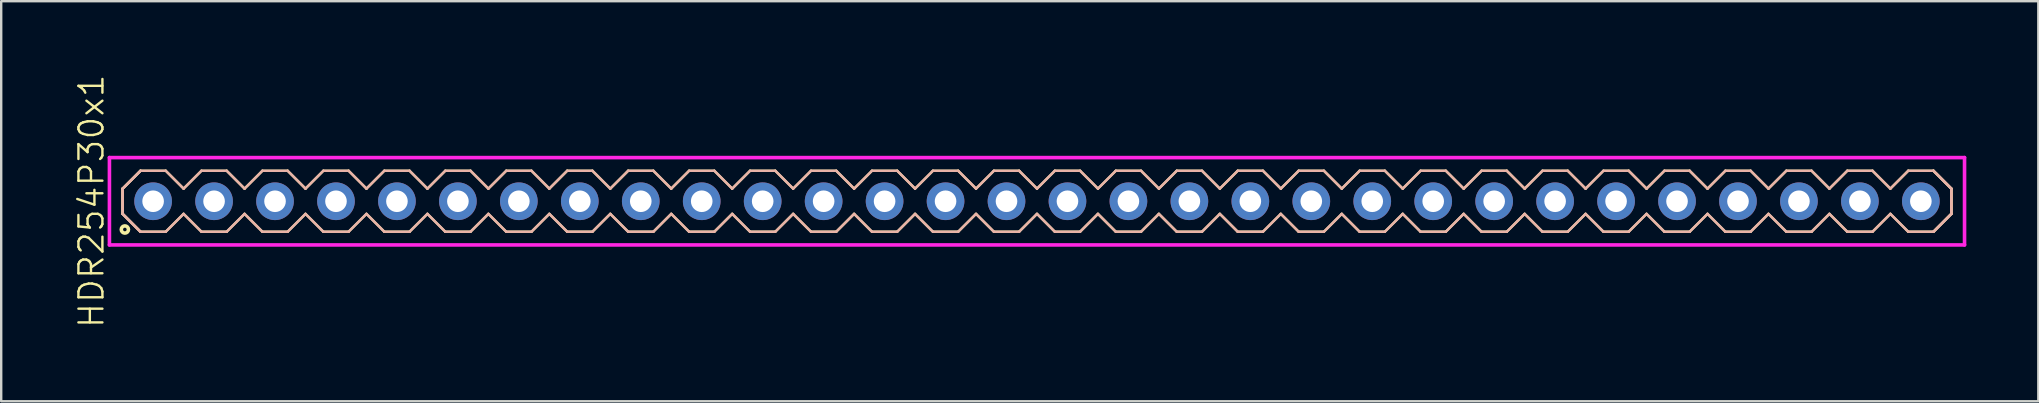
<source format=kicad_pcb>
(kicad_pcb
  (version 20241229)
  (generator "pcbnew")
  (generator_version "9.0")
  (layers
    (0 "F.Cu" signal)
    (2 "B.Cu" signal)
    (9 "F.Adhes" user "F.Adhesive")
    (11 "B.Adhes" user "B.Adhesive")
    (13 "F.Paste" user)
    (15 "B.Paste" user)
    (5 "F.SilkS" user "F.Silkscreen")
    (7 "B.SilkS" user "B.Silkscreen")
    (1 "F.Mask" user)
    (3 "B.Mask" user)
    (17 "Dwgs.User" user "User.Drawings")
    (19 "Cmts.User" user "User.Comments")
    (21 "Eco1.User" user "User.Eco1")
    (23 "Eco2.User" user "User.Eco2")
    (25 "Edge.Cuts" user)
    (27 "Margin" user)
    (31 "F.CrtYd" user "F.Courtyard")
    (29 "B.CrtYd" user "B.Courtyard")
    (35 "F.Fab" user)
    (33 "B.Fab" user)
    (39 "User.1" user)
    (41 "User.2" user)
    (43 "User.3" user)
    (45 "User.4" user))
  (footprint "HDR254P30x1"
    (layer "F.Cu")
    (at 40.16 5.336)
    (property "Reference" "HDR254P30x1" (at -39.4 0 90) (layer "F.SilkS") (effects (font (size 1 1) (thickness 0.1))))
    (attr through_hole)
    (fp_line (start -38.1 -0.526) (end -37.356 -1.27) (stroke (width 0.1) (type solid)) (layer "F.SilkS"))
    (fp_line (start -38.1 -0.526) (end -37.356 -1.27) (stroke (width 0.1) (type solid)) (layer "F.SilkS"))
    (fp_line (start -38.1 0.526) (end -38.1 -0.526) (stroke (width 0.1) (type solid)) (layer "F.SilkS"))
    (fp_line (start -38.1 0.526) (end -38.1 -0.526) (stroke (width 0.1) (type solid)) (layer "F.SilkS"))
    (fp_line (start -37.356 -1.27) (end -36.304 -1.27) (stroke (width 0.1) (type solid)) (layer "F.SilkS"))
    (fp_line (start -37.356 1.27) (end -38.1 0.526) (stroke (width 0.1) (type solid)) (layer "F.SilkS"))
    (fp_line (start -37.356 1.27) (end -38.1 0.526) (stroke (width 0.1) (type solid)) (layer "F.SilkS"))
    (fp_line (start -36.304 -1.27) (end -35.56 -0.526) (stroke (width 0.1) (type solid)) (layer "F.SilkS"))
    (fp_line (start -36.304 1.27) (end -37.356 1.27) (stroke (width 0.1) (type solid)) (layer "F.SilkS"))
    (fp_line (start -35.56 -0.526) (end -34.816 -1.27) (stroke (width 0.1) (type solid)) (layer "F.SilkS"))
    (fp_line (start -35.56 0.526) (end -36.304 1.27) (stroke (width 0.1) (type solid)) (layer "F.SilkS"))
    (fp_line (start -34.816 -1.27) (end -33.764 -1.27) (stroke (width 0.1) (type solid)) (layer "F.SilkS"))
    (fp_line (start -34.816 1.27) (end -35.56 0.526) (stroke (width 0.1) (type solid)) (layer "F.SilkS"))
    (fp_line (start -33.764 -1.27) (end -33.02 -0.526) (stroke (width 0.1) (type solid)) (layer "F.SilkS"))
    (fp_line (start -33.764 1.27) (end -34.816 1.27) (stroke (width 0.1) (type solid)) (layer "F.SilkS"))
    (fp_line (start -33.02 -0.526) (end -32.276 -1.27) (stroke (width 0.1) (type solid)) (layer "F.SilkS"))
    (fp_line (start -33.02 0.526) (end -33.764 1.27) (stroke (width 0.1) (type solid)) (layer "F.SilkS"))
    (fp_line (start -32.276 -1.27) (end -31.224 -1.27) (stroke (width 0.1) (type solid)) (layer "F.SilkS"))
    (fp_line (start -32.276 1.27) (end -33.02 0.526) (stroke (width 0.1) (type solid)) (layer "F.SilkS"))
    (fp_line (start -31.224 -1.27) (end -30.48 -0.526) (stroke (width 0.1) (type solid)) (layer "F.SilkS"))
    (fp_line (start -31.224 1.27) (end -32.276 1.27) (stroke (width 0.1) (type solid)) (layer "F.SilkS"))
    (fp_line (start -30.48 -0.526) (end -29.736 -1.27) (stroke (width 0.1) (type solid)) (layer "F.SilkS"))
    (fp_line (start -30.48 0.526) (end -31.224 1.27) (stroke (width 0.1) (type solid)) (layer "F.SilkS"))
    (fp_line (start -29.736 -1.27) (end -28.684 -1.27) (stroke (width 0.1) (type solid)) (layer "F.SilkS"))
    (fp_line (start -29.736 1.27) (end -30.48 0.526) (stroke (width 0.1) (type solid)) (layer "F.SilkS"))
    (fp_line (start -28.684 -1.27) (end -27.94 -0.526) (stroke (width 0.1) (type solid)) (layer "F.SilkS"))
    (fp_line (start -28.684 1.27) (end -29.736 1.27) (stroke (width 0.1) (type solid)) (layer "F.SilkS"))
    (fp_line (start -27.94 -0.526) (end -27.196 -1.27) (stroke (width 0.1) (type solid)) (layer "F.SilkS"))
    (fp_line (start -27.94 0.526) (end -28.684 1.27) (stroke (width 0.1) (type solid)) (layer "F.SilkS"))
    (fp_line (start -27.196 -1.27) (end -26.144 -1.27) (stroke (width 0.1) (type solid)) (layer "F.SilkS"))
    (fp_line (start -27.196 1.27) (end -27.94 0.526) (stroke (width 0.1) (type solid)) (layer "F.SilkS"))
    (fp_line (start -26.144 -1.27) (end -25.4 -0.526) (stroke (width 0.1) (type solid)) (layer "F.SilkS"))
    (fp_line (start -26.144 1.27) (end -27.196 1.27) (stroke (width 0.1) (type solid)) (layer "F.SilkS"))
    (fp_line (start -25.4 -0.526) (end -24.656 -1.27) (stroke (width 0.1) (type solid)) (layer "F.SilkS"))
    (fp_line (start -25.4 0.526) (end -26.144 1.27) (stroke (width 0.1) (type solid)) (layer "F.SilkS"))
    (fp_line (start -24.656 -1.27) (end -23.604 -1.27) (stroke (width 0.1) (type solid)) (layer "F.SilkS"))
    (fp_line (start -24.656 1.27) (end -25.4 0.526) (stroke (width 0.1) (type solid)) (layer "F.SilkS"))
    (fp_line (start -23.604 -1.27) (end -22.86 -0.526) (stroke (width 0.1) (type solid)) (layer "F.SilkS"))
    (fp_line (start -23.604 1.27) (end -24.656 1.27) (stroke (width 0.1) (type solid)) (layer "F.SilkS"))
    (fp_line (start -22.86 -0.526) (end -22.116 -1.27) (stroke (width 0.1) (type solid)) (layer "F.SilkS"))
    (fp_line (start -22.86 0.526) (end -23.604 1.27) (stroke (width 0.1) (type solid)) (layer "F.SilkS"))
    (fp_line (start -22.116 -1.27) (end -21.064 -1.27) (stroke (width 0.1) (type solid)) (layer "F.SilkS"))
    (fp_line (start -22.116 1.27) (end -22.86 0.526) (stroke (width 0.1) (type solid)) (layer "F.SilkS"))
    (fp_line (start -21.064 -1.27) (end -20.32 -0.526) (stroke (width 0.1) (type solid)) (layer "F.SilkS"))
    (fp_line (start -21.064 1.27) (end -22.116 1.27) (stroke (width 0.1) (type solid)) (layer "F.SilkS"))
    (fp_line (start -20.32 -0.526) (end -19.576 -1.27) (stroke (width 0.1) (type solid)) (layer "F.SilkS"))
    (fp_line (start -20.32 0.526) (end -21.064 1.27) (stroke (width 0.1) (type solid)) (layer "F.SilkS"))
    (fp_line (start -19.576 -1.27) (end -18.524 -1.27) (stroke (width 0.1) (type solid)) (layer "F.SilkS"))
    (fp_line (start -19.576 1.27) (end -20.32 0.526) (stroke (width 0.1) (type solid)) (layer "F.SilkS"))
    (fp_line (start -18.524 -1.27) (end -17.78 -0.526) (stroke (width 0.1) (type solid)) (layer "F.SilkS"))
    (fp_line (start -18.524 1.27) (end -19.576 1.27) (stroke (width 0.1) (type solid)) (layer "F.SilkS"))
    (fp_line (start -17.78 -0.526) (end -17.036 -1.27) (stroke (width 0.1) (type solid)) (layer "F.SilkS"))
    (fp_line (start -17.78 0.526) (end -18.524 1.27) (stroke (width 0.1) (type solid)) (layer "F.SilkS"))
    (fp_line (start -17.036 -1.27) (end -15.984 -1.27) (stroke (width 0.1) (type solid)) (layer "F.SilkS"))
    (fp_line (start -17.036 1.27) (end -17.78 0.526) (stroke (width 0.1) (type solid)) (layer "F.SilkS"))
    (fp_line (start -15.984 -1.27) (end -15.24 -0.526) (stroke (width 0.1) (type solid)) (layer "F.SilkS"))
    (fp_line (start -15.984 1.27) (end -17.036 1.27) (stroke (width 0.1) (type solid)) (layer "F.SilkS"))
    (fp_line (start -15.24 -0.526) (end -14.496 -1.27) (stroke (width 0.1) (type solid)) (layer "F.SilkS"))
    (fp_line (start -15.24 0.526) (end -15.984 1.27) (stroke (width 0.1) (type solid)) (layer "F.SilkS"))
    (fp_line (start -14.496 -1.27) (end -13.444 -1.27) (stroke (width 0.1) (type solid)) (layer "F.SilkS"))
    (fp_line (start -14.496 1.27) (end -15.24 0.526) (stroke (width 0.1) (type solid)) (layer "F.SilkS"))
    (fp_line (start -13.444 -1.27) (end -12.7 -0.526) (stroke (width 0.1) (type solid)) (layer "F.SilkS"))
    (fp_line (start -13.444 1.27) (end -14.496 1.27) (stroke (width 0.1) (type solid)) (layer "F.SilkS"))
    (fp_line (start -12.7 -0.526) (end -11.956 -1.27) (stroke (width 0.1) (type solid)) (layer "F.SilkS"))
    (fp_line (start -12.7 0.526) (end -13.444 1.27) (stroke (width 0.1) (type solid)) (layer "F.SilkS"))
    (fp_line (start -11.956 -1.27) (end -10.904 -1.27) (stroke (width 0.1) (type solid)) (layer "F.SilkS"))
    (fp_line (start -11.956 1.27) (end -12.7 0.526) (stroke (width 0.1) (type solid)) (layer "F.SilkS"))
    (fp_line (start -10.904 -1.27) (end -10.16 -0.526) (stroke (width 0.1) (type solid)) (layer "F.SilkS"))
    (fp_line (start -10.904 1.27) (end -11.956 1.27) (stroke (width 0.1) (type solid)) (layer "F.SilkS"))
    (fp_line (start -10.16 -0.526) (end -9.416 -1.27) (stroke (width 0.1) (type solid)) (layer "F.SilkS"))
    (fp_line (start -10.16 0.526) (end -10.904 1.27) (stroke (width 0.1) (type solid)) (layer "F.SilkS"))
    (fp_line (start -9.416 -1.27) (end -8.364 -1.27) (stroke (width 0.1) (type solid)) (layer "F.SilkS"))
    (fp_line (start -9.416 1.27) (end -10.16 0.526) (stroke (width 0.1) (type solid)) (layer "F.SilkS"))
    (fp_line (start -8.364 -1.27) (end -7.62 -0.526) (stroke (width 0.1) (type solid)) (layer "F.SilkS"))
    (fp_line (start -8.364 1.27) (end -9.416 1.27) (stroke (width 0.1) (type solid)) (layer "F.SilkS"))
    (fp_line (start -7.62 -0.526) (end -6.876 -1.27) (stroke (width 0.1) (type solid)) (layer "F.SilkS"))
    (fp_line (start -7.62 0.526) (end -8.364 1.27) (stroke (width 0.1) (type solid)) (layer "F.SilkS"))
    (fp_line (start -6.876 -1.27) (end -5.824 -1.27) (stroke (width 0.1) (type solid)) (layer "F.SilkS"))
    (fp_line (start -6.876 1.27) (end -7.62 0.526) (stroke (width 0.1) (type solid)) (layer "F.SilkS"))
    (fp_line (start -5.824 -1.27) (end -5.08 -0.526) (stroke (width 0.1) (type solid)) (layer "F.SilkS"))
    (fp_line (start -5.824 1.27) (end -6.876 1.27) (stroke (width 0.1) (type solid)) (layer "F.SilkS"))
    (fp_line (start -5.08 -0.526) (end -4.336 -1.27) (stroke (width 0.1) (type solid)) (layer "F.SilkS"))
    (fp_line (start -5.08 0.526) (end -5.824 1.27) (stroke (width 0.1) (type solid)) (layer "F.SilkS"))
    (fp_line (start -4.336 -1.27) (end -3.284 -1.27) (stroke (width 0.1) (type solid)) (layer "F.SilkS"))
    (fp_line (start -4.336 1.27) (end -5.08 0.526) (stroke (width 0.1) (type solid)) (layer "F.SilkS"))
    (fp_line (start -3.284 -1.27) (end -2.54 -0.526) (stroke (width 0.1) (type solid)) (layer "F.SilkS"))
    (fp_line (start -3.284 1.27) (end -4.336 1.27) (stroke (width 0.1) (type solid)) (layer "F.SilkS"))
    (fp_line (start -2.54 -0.526) (end -1.796 -1.27) (stroke (width 0.1) (type solid)) (layer "F.SilkS"))
    (fp_line (start -2.54 0.526) (end -3.284 1.27) (stroke (width 0.1) (type solid)) (layer "F.SilkS"))
    (fp_line (start -1.796 -1.27) (end -0.744 -1.27) (stroke (width 0.1) (type solid)) (layer "F.SilkS"))
    (fp_line (start -1.796 1.27) (end -2.54 0.526) (stroke (width 0.1) (type solid)) (layer "F.SilkS"))
    (fp_line (start -0.744 -1.27) (end 0 -0.526) (stroke (width 0.1) (type solid)) (layer "F.SilkS"))
    (fp_line (start -0.744 1.27) (end -1.796 1.27) (stroke (width 0.1) (type solid)) (layer "F.SilkS"))
    (fp_line (start 0 -0.526) (end 0.744 -1.27) (stroke (width 0.1) (type solid)) (layer "F.SilkS"))
    (fp_line (start 0 0.526) (end -0.744 1.27) (stroke (width 0.1) (type solid)) (layer "F.SilkS"))
    (fp_line (start 0.744 -1.27) (end 1.796 -1.27) (stroke (width 0.1) (type solid)) (layer "F.SilkS"))
    (fp_line (start 0.744 1.27) (end 0 0.526) (stroke (width 0.1) (type solid)) (layer "F.SilkS"))
    (fp_line (start 1.796 -1.27) (end 2.54 -0.526) (stroke (width 0.1) (type solid)) (layer "F.SilkS"))
    (fp_line (start 1.796 1.27) (end 0.744 1.27) (stroke (width 0.1) (type solid)) (layer "F.SilkS"))
    (fp_line (start 2.54 -0.526) (end 3.284 -1.27) (stroke (width 0.1) (type solid)) (layer "F.SilkS"))
    (fp_line (start 2.54 0.526) (end 1.796 1.27) (stroke (width 0.1) (type solid)) (layer "F.SilkS"))
    (fp_line (start 3.284 -1.27) (end 4.336 -1.27) (stroke (width 0.1) (type solid)) (layer "F.SilkS"))
    (fp_line (start 3.284 1.27) (end 2.54 0.526) (stroke (width 0.1) (type solid)) (layer "F.SilkS"))
    (fp_line (start 4.336 -1.27) (end 5.08 -0.526) (stroke (width 0.1) (type solid)) (layer "F.SilkS"))
    (fp_line (start 4.336 1.27) (end 3.284 1.27) (stroke (width 0.1) (type solid)) (layer "F.SilkS"))
    (fp_line (start 5.08 -0.526) (end 5.824 -1.27) (stroke (width 0.1) (type solid)) (layer "F.SilkS"))
    (fp_line (start 5.08 0.526) (end 4.336 1.27) (stroke (width 0.1) (type solid)) (layer "F.SilkS"))
    (fp_line (start 5.824 -1.27) (end 6.876 -1.27) (stroke (width 0.1) (type solid)) (layer "F.SilkS"))
    (fp_line (start 5.824 1.27) (end 5.08 0.526) (stroke (width 0.1) (type solid)) (layer "F.SilkS"))
    (fp_line (start 6.876 -1.27) (end 7.62 -0.526) (stroke (width 0.1) (type solid)) (layer "F.SilkS"))
    (fp_line (start 6.876 1.27) (end 5.824 1.27) (stroke (width 0.1) (type solid)) (layer "F.SilkS"))
    (fp_line (start 7.62 -0.526) (end 8.364 -1.27) (stroke (width 0.1) (type solid)) (layer "F.SilkS"))
    (fp_line (start 7.62 0.526) (end 6.876 1.27) (stroke (width 0.1) (type solid)) (layer "F.SilkS"))
    (fp_line (start 8.364 -1.27) (end 9.416 -1.27) (stroke (width 0.1) (type solid)) (layer "F.SilkS"))
    (fp_line (start 8.364 1.27) (end 7.62 0.526) (stroke (width 0.1) (type solid)) (layer "F.SilkS"))
    (fp_line (start 9.416 -1.27) (end 10.16 -0.526) (stroke (width 0.1) (type solid)) (layer "F.SilkS"))
    (fp_line (start 9.416 1.27) (end 8.364 1.27) (stroke (width 0.1) (type solid)) (layer "F.SilkS"))
    (fp_line (start 10.16 -0.526) (end 10.904 -1.27) (stroke (width 0.1) (type solid)) (layer "F.SilkS"))
    (fp_line (start 10.16 0.526) (end 9.416 1.27) (stroke (width 0.1) (type solid)) (layer "F.SilkS"))
    (fp_line (start 10.904 -1.27) (end 11.956 -1.27) (stroke (width 0.1) (type solid)) (layer "F.SilkS"))
    (fp_line (start 10.904 1.27) (end 10.16 0.526) (stroke (width 0.1) (type solid)) (layer "F.SilkS"))
    (fp_line (start 11.956 -1.27) (end 12.7 -0.526) (stroke (width 0.1) (type solid)) (layer "F.SilkS"))
    (fp_line (start 11.956 1.27) (end 10.904 1.27) (stroke (width 0.1) (type solid)) (layer "F.SilkS"))
    (fp_line (start 12.7 -0.526) (end 13.444 -1.27) (stroke (width 0.1) (type solid)) (layer "F.SilkS"))
    (fp_line (start 12.7 0.526) (end 11.956 1.27) (stroke (width 0.1) (type solid)) (layer "F.SilkS"))
    (fp_line (start 13.444 -1.27) (end 14.496 -1.27) (stroke (width 0.1) (type solid)) (layer "F.SilkS"))
    (fp_line (start 13.444 1.27) (end 12.7 0.526) (stroke (width 0.1) (type solid)) (layer "F.SilkS"))
    (fp_line (start 14.496 -1.27) (end 15.24 -0.526) (stroke (width 0.1) (type solid)) (layer "F.SilkS"))
    (fp_line (start 14.496 1.27) (end 13.444 1.27) (stroke (width 0.1) (type solid)) (layer "F.SilkS"))
    (fp_line (start 15.24 -0.526) (end 15.984 -1.27) (stroke (width 0.1) (type solid)) (layer "F.SilkS"))
    (fp_line (start 15.24 0.526) (end 14.496 1.27) (stroke (width 0.1) (type solid)) (layer "F.SilkS"))
    (fp_line (start 15.984 -1.27) (end 17.036 -1.27) (stroke (width 0.1) (type solid)) (layer "F.SilkS"))
    (fp_line (start 15.984 1.27) (end 15.24 0.526) (stroke (width 0.1) (type solid)) (layer "F.SilkS"))
    (fp_line (start 17.036 -1.27) (end 17.78 -0.526) (stroke (width 0.1) (type solid)) (layer "F.SilkS"))
    (fp_line (start 17.036 1.27) (end 15.984 1.27) (stroke (width 0.1) (type solid)) (layer "F.SilkS"))
    (fp_line (start 17.78 -0.526) (end 18.524 -1.27) (stroke (width 0.1) (type solid)) (layer "F.SilkS"))
    (fp_line (start 17.78 0.526) (end 17.036 1.27) (stroke (width 0.1) (type solid)) (layer "F.SilkS"))
    (fp_line (start 18.524 -1.27) (end 19.576 -1.27) (stroke (width 0.1) (type solid)) (layer "F.SilkS"))
    (fp_line (start 18.524 1.27) (end 17.78 0.526) (stroke (width 0.1) (type solid)) (layer "F.SilkS"))
    (fp_line (start 19.576 -1.27) (end 20.32 -0.526) (stroke (width 0.1) (type solid)) (layer "F.SilkS"))
    (fp_line (start 19.576 1.27) (end 18.524 1.27) (stroke (width 0.1) (type solid)) (layer "F.SilkS"))
    (fp_line (start 20.32 -0.526) (end 21.064 -1.27) (stroke (width 0.1) (type solid)) (layer "F.SilkS"))
    (fp_line (start 20.32 0.526) (end 19.576 1.27) (stroke (width 0.1) (type solid)) (layer "F.SilkS"))
    (fp_line (start 21.064 -1.27) (end 22.116 -1.27) (stroke (width 0.1) (type solid)) (layer "F.SilkS"))
    (fp_line (start 21.064 1.27) (end 20.32 0.526) (stroke (width 0.1) (type solid)) (layer "F.SilkS"))
    (fp_line (start 22.116 -1.27) (end 22.86 -0.526) (stroke (width 0.1) (type solid)) (layer "F.SilkS"))
    (fp_line (start 22.116 1.27) (end 21.064 1.27) (stroke (width 0.1) (type solid)) (layer "F.SilkS"))
    (fp_line (start 22.86 -0.526) (end 23.604 -1.27) (stroke (width 0.1) (type solid)) (layer "F.SilkS"))
    (fp_line (start 22.86 0.526) (end 22.116 1.27) (stroke (width 0.1) (type solid)) (layer "F.SilkS"))
    (fp_line (start 23.604 -1.27) (end 24.656 -1.27) (stroke (width 0.1) (type solid)) (layer "F.SilkS"))
    (fp_line (start 23.604 1.27) (end 22.86 0.526) (stroke (width 0.1) (type solid)) (layer "F.SilkS"))
    (fp_line (start 24.656 -1.27) (end 25.4 -0.526) (stroke (width 0.1) (type solid)) (layer "F.SilkS"))
    (fp_line (start 24.656 1.27) (end 23.604 1.27) (stroke (width 0.1) (type solid)) (layer "F.SilkS"))
    (fp_line (start 25.4 -0.526) (end 26.144 -1.27) (stroke (width 0.1) (type solid)) (layer "F.SilkS"))
    (fp_line (start 25.4 0.526) (end 24.656 1.27) (stroke (width 0.1) (type solid)) (layer "F.SilkS"))
    (fp_line (start 26.144 -1.27) (end 27.196 -1.27) (stroke (width 0.1) (type solid)) (layer "F.SilkS"))
    (fp_line (start 26.144 1.27) (end 25.4 0.526) (stroke (width 0.1) (type solid)) (layer "F.SilkS"))
    (fp_line (start 27.196 -1.27) (end 27.94 -0.526) (stroke (width 0.1) (type solid)) (layer "F.SilkS"))
    (fp_line (start 27.196 1.27) (end 26.144 1.27) (stroke (width 0.1) (type solid)) (layer "F.SilkS"))
    (fp_line (start 27.94 -0.526) (end 28.684 -1.27) (stroke (width 0.1) (type solid)) (layer "F.SilkS"))
    (fp_line (start 27.94 0.526) (end 27.196 1.27) (stroke (width 0.1) (type solid)) (layer "F.SilkS"))
    (fp_line (start 28.684 -1.27) (end 29.736 -1.27) (stroke (width 0.1) (type solid)) (layer "F.SilkS"))
    (fp_line (start 28.684 1.27) (end 27.94 0.526) (stroke (width 0.1) (type solid)) (layer "F.SilkS"))
    (fp_line (start 29.736 -1.27) (end 30.48 -0.526) (stroke (width 0.1) (type solid)) (layer "F.SilkS"))
    (fp_line (start 29.736 1.27) (end 28.684 1.27) (stroke (width 0.1) (type solid)) (layer "F.SilkS"))
    (fp_line (start 30.48 -0.526) (end 31.224 -1.27) (stroke (width 0.1) (type solid)) (layer "F.SilkS"))
    (fp_line (start 30.48 0.526) (end 29.736 1.27) (stroke (width 0.1) (type solid)) (layer "F.SilkS"))
    (fp_line (start 31.224 -1.27) (end 32.276 -1.27) (stroke (width 0.1) (type solid)) (layer "F.SilkS"))
    (fp_line (start 31.224 1.27) (end 30.48 0.526) (stroke (width 0.1) (type solid)) (layer "F.SilkS"))
    (fp_line (start 32.276 -1.27) (end 33.02 -0.526) (stroke (width 0.1) (type solid)) (layer "F.SilkS"))
    (fp_line (start 32.276 1.27) (end 31.224 1.27) (stroke (width 0.1) (type solid)) (layer "F.SilkS"))
    (fp_line (start 33.02 -0.526) (end 33.764 -1.27) (stroke (width 0.1) (type solid)) (layer "F.SilkS"))
    (fp_line (start 33.02 0.526) (end 32.276 1.27) (stroke (width 0.1) (type solid)) (layer "F.SilkS"))
    (fp_line (start 33.764 -1.27) (end 34.816 -1.27) (stroke (width 0.1) (type solid)) (layer "F.SilkS"))
    (fp_line (start 33.764 1.27) (end 33.02 0.526) (stroke (width 0.1) (type solid)) (layer "F.SilkS"))
    (fp_line (start 34.816 -1.27) (end 35.56 -0.526) (stroke (width 0.1) (type solid)) (layer "F.SilkS"))
    (fp_line (start 34.816 1.27) (end 33.764 1.27) (stroke (width 0.1) (type solid)) (layer "F.SilkS"))
    (fp_line (start 35.56 -0.526) (end 36.304 -1.27) (stroke (width 0.1) (type solid)) (layer "F.SilkS"))
    (fp_line (start 35.56 0.526) (end 34.816 1.27) (stroke (width 0.1) (type solid)) (layer "F.SilkS"))
    (fp_line (start 36.304 -1.27) (end 37.356 -1.27) (stroke (width 0.1) (type solid)) (layer "F.SilkS"))
    (fp_line (start 36.304 1.27) (end 35.56 0.526) (stroke (width 0.1) (type solid)) (layer "F.SilkS"))
    (fp_line (start 37.356 -1.27) (end 38.1 -0.526) (stroke (width 0.1) (type solid)) (layer "F.SilkS"))
    (fp_line (start 37.356 -1.27) (end 38.1 -0.526) (stroke (width 0.1) (type solid)) (layer "F.SilkS"))
    (fp_line (start 37.356 1.27) (end 36.304 1.27) (stroke (width 0.1) (type solid)) (layer "F.SilkS"))
    (fp_line (start 38.1 -0.526) (end 38.1 0.526) (stroke (width 0.1) (type solid)) (layer "F.SilkS"))
    (fp_line (start 38.1 -0.526) (end 38.1 0.526) (stroke (width 0.1) (type solid)) (layer "F.SilkS"))
    (fp_line (start 38.1 0.526) (end 37.356 1.27) (stroke (width 0.1) (type solid)) (layer "F.SilkS"))
    (fp_line (start 38.1 0.526) (end 37.356 1.27) (stroke (width 0.1) (type solid)) (layer "F.SilkS"))
    (fp_circle (center -38.007 1.177) (end -37.857 1.177) (stroke (width 0.15) (type solid)) (fill no) (layer "F.SilkS"))
    (fp_line (start -38.1 -0.526) (end -37.356 -1.27) (stroke (width 0.1) (type solid)) (layer "B.SilkS"))
    (fp_line (start -38.1 -0.526) (end -37.356 -1.27) (stroke (width 0.1) (type solid)) (layer "B.SilkS"))
    (fp_line (start -38.1 0.526) (end -38.1 -0.526) (stroke (width 0.1) (type solid)) (layer "B.SilkS"))
    (fp_line (start -38.1 0.526) (end -38.1 -0.526) (stroke (width 0.1) (type solid)) (layer "B.SilkS"))
    (fp_line (start -37.356 -1.27) (end -36.304 -1.27) (stroke (width 0.1) (type solid)) (layer "B.SilkS"))
    (fp_line (start -37.356 1.27) (end -38.1 0.526) (stroke (width 0.1) (type solid)) (layer "B.SilkS"))
    (fp_line (start -37.356 1.27) (end -38.1 0.526) (stroke (width 0.1) (type solid)) (layer "B.SilkS"))
    (fp_line (start -36.304 -1.27) (end -35.56 -0.526) (stroke (width 0.1) (type solid)) (layer "B.SilkS"))
    (fp_line (start -36.304 1.27) (end -37.356 1.27) (stroke (width 0.1) (type solid)) (layer "B.SilkS"))
    (fp_line (start -35.56 -0.526) (end -34.816 -1.27) (stroke (width 0.1) (type solid)) (layer "B.SilkS"))
    (fp_line (start -35.56 0.526) (end -36.304 1.27) (stroke (width 0.1) (type solid)) (layer "B.SilkS"))
    (fp_line (start -34.816 -1.27) (end -33.764 -1.27) (stroke (width 0.1) (type solid)) (layer "B.SilkS"))
    (fp_line (start -34.816 1.27) (end -35.56 0.526) (stroke (width 0.1) (type solid)) (layer "B.SilkS"))
    (fp_line (start -33.764 -1.27) (end -33.02 -0.526) (stroke (width 0.1) (type solid)) (layer "B.SilkS"))
    (fp_line (start -33.764 1.27) (end -34.816 1.27) (stroke (width 0.1) (type solid)) (layer "B.SilkS"))
    (fp_line (start -33.02 -0.526) (end -32.276 -1.27) (stroke (width 0.1) (type solid)) (layer "B.SilkS"))
    (fp_line (start -33.02 0.526) (end -33.764 1.27) (stroke (width 0.1) (type solid)) (layer "B.SilkS"))
    (fp_line (start -32.276 -1.27) (end -31.224 -1.27) (stroke (width 0.1) (type solid)) (layer "B.SilkS"))
    (fp_line (start -32.276 1.27) (end -33.02 0.526) (stroke (width 0.1) (type solid)) (layer "B.SilkS"))
    (fp_line (start -31.224 -1.27) (end -30.48 -0.526) (stroke (width 0.1) (type solid)) (layer "B.SilkS"))
    (fp_line (start -31.224 1.27) (end -32.276 1.27) (stroke (width 0.1) (type solid)) (layer "B.SilkS"))
    (fp_line (start -30.48 -0.526) (end -29.736 -1.27) (stroke (width 0.1) (type solid)) (layer "B.SilkS"))
    (fp_line (start -30.48 0.526) (end -31.224 1.27) (stroke (width 0.1) (type solid)) (layer "B.SilkS"))
    (fp_line (start -29.736 -1.27) (end -28.684 -1.27) (stroke (width 0.1) (type solid)) (layer "B.SilkS"))
    (fp_line (start -29.736 1.27) (end -30.48 0.526) (stroke (width 0.1) (type solid)) (layer "B.SilkS"))
    (fp_line (start -28.684 -1.27) (end -27.94 -0.526) (stroke (width 0.1) (type solid)) (layer "B.SilkS"))
    (fp_line (start -28.684 1.27) (end -29.736 1.27) (stroke (width 0.1) (type solid)) (layer "B.SilkS"))
    (fp_line (start -27.94 -0.526) (end -27.196 -1.27) (stroke (width 0.1) (type solid)) (layer "B.SilkS"))
    (fp_line (start -27.94 0.526) (end -28.684 1.27) (stroke (width 0.1) (type solid)) (layer "B.SilkS"))
    (fp_line (start -27.196 -1.27) (end -26.144 -1.27) (stroke (width 0.1) (type solid)) (layer "B.SilkS"))
    (fp_line (start -27.196 1.27) (end -27.94 0.526) (stroke (width 0.1) (type solid)) (layer "B.SilkS"))
    (fp_line (start -26.144 -1.27) (end -25.4 -0.526) (stroke (width 0.1) (type solid)) (layer "B.SilkS"))
    (fp_line (start -26.144 1.27) (end -27.196 1.27) (stroke (width 0.1) (type solid)) (layer "B.SilkS"))
    (fp_line (start -25.4 -0.526) (end -24.656 -1.27) (stroke (width 0.1) (type solid)) (layer "B.SilkS"))
    (fp_line (start -25.4 0.526) (end -26.144 1.27) (stroke (width 0.1) (type solid)) (layer "B.SilkS"))
    (fp_line (start -24.656 -1.27) (end -23.604 -1.27) (stroke (width 0.1) (type solid)) (layer "B.SilkS"))
    (fp_line (start -24.656 1.27) (end -25.4 0.526) (stroke (width 0.1) (type solid)) (layer "B.SilkS"))
    (fp_line (start -23.604 -1.27) (end -22.86 -0.526) (stroke (width 0.1) (type solid)) (layer "B.SilkS"))
    (fp_line (start -23.604 1.27) (end -24.656 1.27) (stroke (width 0.1) (type solid)) (layer "B.SilkS"))
    (fp_line (start -22.86 -0.526) (end -22.116 -1.27) (stroke (width 0.1) (type solid)) (layer "B.SilkS"))
    (fp_line (start -22.86 0.526) (end -23.604 1.27) (stroke (width 0.1) (type solid)) (layer "B.SilkS"))
    (fp_line (start -22.116 -1.27) (end -21.064 -1.27) (stroke (width 0.1) (type solid)) (layer "B.SilkS"))
    (fp_line (start -22.116 1.27) (end -22.86 0.526) (stroke (width 0.1) (type solid)) (layer "B.SilkS"))
    (fp_line (start -21.064 -1.27) (end -20.32 -0.526) (stroke (width 0.1) (type solid)) (layer "B.SilkS"))
    (fp_line (start -21.064 1.27) (end -22.116 1.27) (stroke (width 0.1) (type solid)) (layer "B.SilkS"))
    (fp_line (start -20.32 -0.526) (end -19.576 -1.27) (stroke (width 0.1) (type solid)) (layer "B.SilkS"))
    (fp_line (start -20.32 0.526) (end -21.064 1.27) (stroke (width 0.1) (type solid)) (layer "B.SilkS"))
    (fp_line (start -19.576 -1.27) (end -18.524 -1.27) (stroke (width 0.1) (type solid)) (layer "B.SilkS"))
    (fp_line (start -19.576 1.27) (end -20.32 0.526) (stroke (width 0.1) (type solid)) (layer "B.SilkS"))
    (fp_line (start -18.524 -1.27) (end -17.78 -0.526) (stroke (width 0.1) (type solid)) (layer "B.SilkS"))
    (fp_line (start -18.524 1.27) (end -19.576 1.27) (stroke (width 0.1) (type solid)) (layer "B.SilkS"))
    (fp_line (start -17.78 -0.526) (end -17.036 -1.27) (stroke (width 0.1) (type solid)) (layer "B.SilkS"))
    (fp_line (start -17.78 0.526) (end -18.524 1.27) (stroke (width 0.1) (type solid)) (layer "B.SilkS"))
    (fp_line (start -17.036 -1.27) (end -15.984 -1.27) (stroke (width 0.1) (type solid)) (layer "B.SilkS"))
    (fp_line (start -17.036 1.27) (end -17.78 0.526) (stroke (width 0.1) (type solid)) (layer "B.SilkS"))
    (fp_line (start -15.984 -1.27) (end -15.24 -0.526) (stroke (width 0.1) (type solid)) (layer "B.SilkS"))
    (fp_line (start -15.984 1.27) (end -17.036 1.27) (stroke (width 0.1) (type solid)) (layer "B.SilkS"))
    (fp_line (start -15.24 -0.526) (end -14.496 -1.27) (stroke (width 0.1) (type solid)) (layer "B.SilkS"))
    (fp_line (start -15.24 0.526) (end -15.984 1.27) (stroke (width 0.1) (type solid)) (layer "B.SilkS"))
    (fp_line (start -14.496 -1.27) (end -13.444 -1.27) (stroke (width 0.1) (type solid)) (layer "B.SilkS"))
    (fp_line (start -14.496 1.27) (end -15.24 0.526) (stroke (width 0.1) (type solid)) (layer "B.SilkS"))
    (fp_line (start -13.444 -1.27) (end -12.7 -0.526) (stroke (width 0.1) (type solid)) (layer "B.SilkS"))
    (fp_line (start -13.444 1.27) (end -14.496 1.27) (stroke (width 0.1) (type solid)) (layer "B.SilkS"))
    (fp_line (start -12.7 -0.526) (end -11.956 -1.27) (stroke (width 0.1) (type solid)) (layer "B.SilkS"))
    (fp_line (start -12.7 0.526) (end -13.444 1.27) (stroke (width 0.1) (type solid)) (layer "B.SilkS"))
    (fp_line (start -11.956 -1.27) (end -10.904 -1.27) (stroke (width 0.1) (type solid)) (layer "B.SilkS"))
    (fp_line (start -11.956 1.27) (end -12.7 0.526) (stroke (width 0.1) (type solid)) (layer "B.SilkS"))
    (fp_line (start -10.904 -1.27) (end -10.16 -0.526) (stroke (width 0.1) (type solid)) (layer "B.SilkS"))
    (fp_line (start -10.904 1.27) (end -11.956 1.27) (stroke (width 0.1) (type solid)) (layer "B.SilkS"))
    (fp_line (start -10.16 -0.526) (end -9.416 -1.27) (stroke (width 0.1) (type solid)) (layer "B.SilkS"))
    (fp_line (start -10.16 0.526) (end -10.904 1.27) (stroke (width 0.1) (type solid)) (layer "B.SilkS"))
    (fp_line (start -9.416 -1.27) (end -8.364 -1.27) (stroke (width 0.1) (type solid)) (layer "B.SilkS"))
    (fp_line (start -9.416 1.27) (end -10.16 0.526) (stroke (width 0.1) (type solid)) (layer "B.SilkS"))
    (fp_line (start -8.364 -1.27) (end -7.62 -0.526) (stroke (width 0.1) (type solid)) (layer "B.SilkS"))
    (fp_line (start -8.364 1.27) (end -9.416 1.27) (stroke (width 0.1) (type solid)) (layer "B.SilkS"))
    (fp_line (start -7.62 -0.526) (end -6.876 -1.27) (stroke (width 0.1) (type solid)) (layer "B.SilkS"))
    (fp_line (start -7.62 0.526) (end -8.364 1.27) (stroke (width 0.1) (type solid)) (layer "B.SilkS"))
    (fp_line (start -6.876 -1.27) (end -5.824 -1.27) (stroke (width 0.1) (type solid)) (layer "B.SilkS"))
    (fp_line (start -6.876 1.27) (end -7.62 0.526) (stroke (width 0.1) (type solid)) (layer "B.SilkS"))
    (fp_line (start -5.824 -1.27) (end -5.08 -0.526) (stroke (width 0.1) (type solid)) (layer "B.SilkS"))
    (fp_line (start -5.824 1.27) (end -6.876 1.27) (stroke (width 0.1) (type solid)) (layer "B.SilkS"))
    (fp_line (start -5.08 -0.526) (end -4.336 -1.27) (stroke (width 0.1) (type solid)) (layer "B.SilkS"))
    (fp_line (start -5.08 0.526) (end -5.824 1.27) (stroke (width 0.1) (type solid)) (layer "B.SilkS"))
    (fp_line (start -4.336 -1.27) (end -3.284 -1.27) (stroke (width 0.1) (type solid)) (layer "B.SilkS"))
    (fp_line (start -4.336 1.27) (end -5.08 0.526) (stroke (width 0.1) (type solid)) (layer "B.SilkS"))
    (fp_line (start -3.284 -1.27) (end -2.54 -0.526) (stroke (width 0.1) (type solid)) (layer "B.SilkS"))
    (fp_line (start -3.284 1.27) (end -4.336 1.27) (stroke (width 0.1) (type solid)) (layer "B.SilkS"))
    (fp_line (start -2.54 -0.526) (end -1.796 -1.27) (stroke (width 0.1) (type solid)) (layer "B.SilkS"))
    (fp_line (start -2.54 0.526) (end -3.284 1.27) (stroke (width 0.1) (type solid)) (layer "B.SilkS"))
    (fp_line (start -1.796 -1.27) (end -0.744 -1.27) (stroke (width 0.1) (type solid)) (layer "B.SilkS"))
    (fp_line (start -1.796 1.27) (end -2.54 0.526) (stroke (width 0.1) (type solid)) (layer "B.SilkS"))
    (fp_line (start -0.744 -1.27) (end 0 -0.526) (stroke (width 0.1) (type solid)) (layer "B.SilkS"))
    (fp_line (start -0.744 1.27) (end -1.796 1.27) (stroke (width 0.1) (type solid)) (layer "B.SilkS"))
    (fp_line (start 0 -0.526) (end 0.744 -1.27) (stroke (width 0.1) (type solid)) (layer "B.SilkS"))
    (fp_line (start 0 0.526) (end -0.744 1.27) (stroke (width 0.1) (type solid)) (layer "B.SilkS"))
    (fp_line (start 0.744 -1.27) (end 1.796 -1.27) (stroke (width 0.1) (type solid)) (layer "B.SilkS"))
    (fp_line (start 0.744 1.27) (end 0 0.526) (stroke (width 0.1) (type solid)) (layer "B.SilkS"))
    (fp_line (start 1.796 -1.27) (end 2.54 -0.526) (stroke (width 0.1) (type solid)) (layer "B.SilkS"))
    (fp_line (start 1.796 1.27) (end 0.744 1.27) (stroke (width 0.1) (type solid)) (layer "B.SilkS"))
    (fp_line (start 2.54 -0.526) (end 3.284 -1.27) (stroke (width 0.1) (type solid)) (layer "B.SilkS"))
    (fp_line (start 2.54 0.526) (end 1.796 1.27) (stroke (width 0.1) (type solid)) (layer "B.SilkS"))
    (fp_line (start 3.284 -1.27) (end 4.336 -1.27) (stroke (width 0.1) (type solid)) (layer "B.SilkS"))
    (fp_line (start 3.284 1.27) (end 2.54 0.526) (stroke (width 0.1) (type solid)) (layer "B.SilkS"))
    (fp_line (start 4.336 -1.27) (end 5.08 -0.526) (stroke (width 0.1) (type solid)) (layer "B.SilkS"))
    (fp_line (start 4.336 1.27) (end 3.284 1.27) (stroke (width 0.1) (type solid)) (layer "B.SilkS"))
    (fp_line (start 5.08 -0.526) (end 5.824 -1.27) (stroke (width 0.1) (type solid)) (layer "B.SilkS"))
    (fp_line (start 5.08 0.526) (end 4.336 1.27) (stroke (width 0.1) (type solid)) (layer "B.SilkS"))
    (fp_line (start 5.824 -1.27) (end 6.876 -1.27) (stroke (width 0.1) (type solid)) (layer "B.SilkS"))
    (fp_line (start 5.824 1.27) (end 5.08 0.526) (stroke (width 0.1) (type solid)) (layer "B.SilkS"))
    (fp_line (start 6.876 -1.27) (end 7.62 -0.526) (stroke (width 0.1) (type solid)) (layer "B.SilkS"))
    (fp_line (start 6.876 1.27) (end 5.824 1.27) (stroke (width 0.1) (type solid)) (layer "B.SilkS"))
    (fp_line (start 7.62 -0.526) (end 8.364 -1.27) (stroke (width 0.1) (type solid)) (layer "B.SilkS"))
    (fp_line (start 7.62 0.526) (end 6.876 1.27) (stroke (width 0.1) (type solid)) (layer "B.SilkS"))
    (fp_line (start 8.364 -1.27) (end 9.416 -1.27) (stroke (width 0.1) (type solid)) (layer "B.SilkS"))
    (fp_line (start 8.364 1.27) (end 7.62 0.526) (stroke (width 0.1) (type solid)) (layer "B.SilkS"))
    (fp_line (start 9.416 -1.27) (end 10.16 -0.526) (stroke (width 0.1) (type solid)) (layer "B.SilkS"))
    (fp_line (start 9.416 1.27) (end 8.364 1.27) (stroke (width 0.1) (type solid)) (layer "B.SilkS"))
    (fp_line (start 10.16 -0.526) (end 10.904 -1.27) (stroke (width 0.1) (type solid)) (layer "B.SilkS"))
    (fp_line (start 10.16 0.526) (end 9.416 1.27) (stroke (width 0.1) (type solid)) (layer "B.SilkS"))
    (fp_line (start 10.904 -1.27) (end 11.956 -1.27) (stroke (width 0.1) (type solid)) (layer "B.SilkS"))
    (fp_line (start 10.904 1.27) (end 10.16 0.526) (stroke (width 0.1) (type solid)) (layer "B.SilkS"))
    (fp_line (start 11.956 -1.27) (end 12.7 -0.526) (stroke (width 0.1) (type solid)) (layer "B.SilkS"))
    (fp_line (start 11.956 1.27) (end 10.904 1.27) (stroke (width 0.1) (type solid)) (layer "B.SilkS"))
    (fp_line (start 12.7 -0.526) (end 13.444 -1.27) (stroke (width 0.1) (type solid)) (layer "B.SilkS"))
    (fp_line (start 12.7 0.526) (end 11.956 1.27) (stroke (width 0.1) (type solid)) (layer "B.SilkS"))
    (fp_line (start 13.444 -1.27) (end 14.496 -1.27) (stroke (width 0.1) (type solid)) (layer "B.SilkS"))
    (fp_line (start 13.444 1.27) (end 12.7 0.526) (stroke (width 0.1) (type solid)) (layer "B.SilkS"))
    (fp_line (start 14.496 -1.27) (end 15.24 -0.526) (stroke (width 0.1) (type solid)) (layer "B.SilkS"))
    (fp_line (start 14.496 1.27) (end 13.444 1.27) (stroke (width 0.1) (type solid)) (layer "B.SilkS"))
    (fp_line (start 15.24 -0.526) (end 15.984 -1.27) (stroke (width 0.1) (type solid)) (layer "B.SilkS"))
    (fp_line (start 15.24 0.526) (end 14.496 1.27) (stroke (width 0.1) (type solid)) (layer "B.SilkS"))
    (fp_line (start 15.984 -1.27) (end 17.036 -1.27) (stroke (width 0.1) (type solid)) (layer "B.SilkS"))
    (fp_line (start 15.984 1.27) (end 15.24 0.526) (stroke (width 0.1) (type solid)) (layer "B.SilkS"))
    (fp_line (start 17.036 -1.27) (end 17.78 -0.526) (stroke (width 0.1) (type solid)) (layer "B.SilkS"))
    (fp_line (start 17.036 1.27) (end 15.984 1.27) (stroke (width 0.1) (type solid)) (layer "B.SilkS"))
    (fp_line (start 17.78 -0.526) (end 18.524 -1.27) (stroke (width 0.1) (type solid)) (layer "B.SilkS"))
    (fp_line (start 17.78 0.526) (end 17.036 1.27) (stroke (width 0.1) (type solid)) (layer "B.SilkS"))
    (fp_line (start 18.524 -1.27) (end 19.576 -1.27) (stroke (width 0.1) (type solid)) (layer "B.SilkS"))
    (fp_line (start 18.524 1.27) (end 17.78 0.526) (stroke (width 0.1) (type solid)) (layer "B.SilkS"))
    (fp_line (start 19.576 -1.27) (end 20.32 -0.526) (stroke (width 0.1) (type solid)) (layer "B.SilkS"))
    (fp_line (start 19.576 1.27) (end 18.524 1.27) (stroke (width 0.1) (type solid)) (layer "B.SilkS"))
    (fp_line (start 20.32 -0.526) (end 21.064 -1.27) (stroke (width 0.1) (type solid)) (layer "B.SilkS"))
    (fp_line (start 20.32 0.526) (end 19.576 1.27) (stroke (width 0.1) (type solid)) (layer "B.SilkS"))
    (fp_line (start 21.064 -1.27) (end 22.116 -1.27) (stroke (width 0.1) (type solid)) (layer "B.SilkS"))
    (fp_line (start 21.064 1.27) (end 20.32 0.526) (stroke (width 0.1) (type solid)) (layer "B.SilkS"))
    (fp_line (start 22.116 -1.27) (end 22.86 -0.526) (stroke (width 0.1) (type solid)) (layer "B.SilkS"))
    (fp_line (start 22.116 1.27) (end 21.064 1.27) (stroke (width 0.1) (type solid)) (layer "B.SilkS"))
    (fp_line (start 22.86 -0.526) (end 23.604 -1.27) (stroke (width 0.1) (type solid)) (layer "B.SilkS"))
    (fp_line (start 22.86 0.526) (end 22.116 1.27) (stroke (width 0.1) (type solid)) (layer "B.SilkS"))
    (fp_line (start 23.604 -1.27) (end 24.656 -1.27) (stroke (width 0.1) (type solid)) (layer "B.SilkS"))
    (fp_line (start 23.604 1.27) (end 22.86 0.526) (stroke (width 0.1) (type solid)) (layer "B.SilkS"))
    (fp_line (start 24.656 -1.27) (end 25.4 -0.526) (stroke (width 0.1) (type solid)) (layer "B.SilkS"))
    (fp_line (start 24.656 1.27) (end 23.604 1.27) (stroke (width 0.1) (type solid)) (layer "B.SilkS"))
    (fp_line (start 25.4 -0.526) (end 26.144 -1.27) (stroke (width 0.1) (type solid)) (layer "B.SilkS"))
    (fp_line (start 25.4 0.526) (end 24.656 1.27) (stroke (width 0.1) (type solid)) (layer "B.SilkS"))
    (fp_line (start 26.144 -1.27) (end 27.196 -1.27) (stroke (width 0.1) (type solid)) (layer "B.SilkS"))
    (fp_line (start 26.144 1.27) (end 25.4 0.526) (stroke (width 0.1) (type solid)) (layer "B.SilkS"))
    (fp_line (start 27.196 -1.27) (end 27.94 -0.526) (stroke (width 0.1) (type solid)) (layer "B.SilkS"))
    (fp_line (start 27.196 1.27) (end 26.144 1.27) (stroke (width 0.1) (type solid)) (layer "B.SilkS"))
    (fp_line (start 27.94 -0.526) (end 28.684 -1.27) (stroke (width 0.1) (type solid)) (layer "B.SilkS"))
    (fp_line (start 27.94 0.526) (end 27.196 1.27) (stroke (width 0.1) (type solid)) (layer "B.SilkS"))
    (fp_line (start 28.684 -1.27) (end 29.736 -1.27) (stroke (width 0.1) (type solid)) (layer "B.SilkS"))
    (fp_line (start 28.684 1.27) (end 27.94 0.526) (stroke (width 0.1) (type solid)) (layer "B.SilkS"))
    (fp_line (start 29.736 -1.27) (end 30.48 -0.526) (stroke (width 0.1) (type solid)) (layer "B.SilkS"))
    (fp_line (start 29.736 1.27) (end 28.684 1.27) (stroke (width 0.1) (type solid)) (layer "B.SilkS"))
    (fp_line (start 30.48 -0.526) (end 31.224 -1.27) (stroke (width 0.1) (type solid)) (layer "B.SilkS"))
    (fp_line (start 30.48 0.526) (end 29.736 1.27) (stroke (width 0.1) (type solid)) (layer "B.SilkS"))
    (fp_line (start 31.224 -1.27) (end 32.276 -1.27) (stroke (width 0.1) (type solid)) (layer "B.SilkS"))
    (fp_line (start 31.224 1.27) (end 30.48 0.526) (stroke (width 0.1) (type solid)) (layer "B.SilkS"))
    (fp_line (start 32.276 -1.27) (end 33.02 -0.526) (stroke (width 0.1) (type solid)) (layer "B.SilkS"))
    (fp_line (start 32.276 1.27) (end 31.224 1.27) (stroke (width 0.1) (type solid)) (layer "B.SilkS"))
    (fp_line (start 33.02 -0.526) (end 33.764 -1.27) (stroke (width 0.1) (type solid)) (layer "B.SilkS"))
    (fp_line (start 33.02 0.526) (end 32.276 1.27) (stroke (width 0.1) (type solid)) (layer "B.SilkS"))
    (fp_line (start 33.764 -1.27) (end 34.816 -1.27) (stroke (width 0.1) (type solid)) (layer "B.SilkS"))
    (fp_line (start 33.764 1.27) (end 33.02 0.526) (stroke (width 0.1) (type solid)) (layer "B.SilkS"))
    (fp_line (start 34.816 -1.27) (end 35.56 -0.526) (stroke (width 0.1) (type solid)) (layer "B.SilkS"))
    (fp_line (start 34.816 1.27) (end 33.764 1.27) (stroke (width 0.1) (type solid)) (layer "B.SilkS"))
    (fp_line (start 35.56 -0.526) (end 36.304 -1.27) (stroke (width 0.1) (type solid)) (layer "B.SilkS"))
    (fp_line (start 35.56 0.526) (end 34.816 1.27) (stroke (width 0.1) (type solid)) (layer "B.SilkS"))
    (fp_line (start 36.304 -1.27) (end 37.356 -1.27) (stroke (width 0.1) (type solid)) (layer "B.SilkS"))
    (fp_line (start 36.304 1.27) (end 35.56 0.526) (stroke (width 0.1) (type solid)) (layer "B.SilkS"))
    (fp_line (start 37.356 -1.27) (end 38.1 -0.526) (stroke (width 0.1) (type solid)) (layer "B.SilkS"))
    (fp_line (start 37.356 -1.27) (end 38.1 -0.526) (stroke (width 0.1) (type solid)) (layer "B.SilkS"))
    (fp_line (start 37.356 1.27) (end 36.304 1.27) (stroke (width 0.1) (type solid)) (layer "B.SilkS"))
    (fp_line (start 38.1 -0.526) (end 38.1 0.526) (stroke (width 0.1) (type solid)) (layer "B.SilkS"))
    (fp_line (start 38.1 -0.526) (end 38.1 0.526) (stroke (width 0.1) (type solid)) (layer "B.SilkS"))
    (fp_line (start 38.1 0.526) (end 37.356 1.27) (stroke (width 0.1) (type solid)) (layer "B.SilkS"))
    (fp_line (start 38.1 0.526) (end 37.356 1.27) (stroke (width 0.1) (type solid)) (layer "B.SilkS"))
    (fp_line (start -38.65 -1.82) (end -38.65 1.82) (stroke (width 0.15) (type solid)) (layer "F.CrtYd"))
    (fp_line (start -38.65 1.82) (end 38.65 1.82) (stroke (width 0.15) (type solid)) (layer "F.CrtYd"))
    (fp_line (start 38.65 -1.82) (end -38.65 -1.82) (stroke (width 0.15) (type solid)) (layer "F.CrtYd"))
    (fp_line (start 38.65 1.82) (end 38.65 -1.82) (stroke (width 0.15) (type solid)) (layer "F.CrtYd"))
    (pad "1" thru_hole oval (at -36.83 0) (size 1.57 1.57) (drill 0.9) (layers "*.Cu"))
    (pad "2" thru_hole oval (at -34.29 0) (size 1.57 1.57) (drill 0.9) (layers "*.Cu"))
    (pad "3" thru_hole oval (at -31.75 0) (size 1.57 1.57) (drill 0.9) (layers "*.Cu"))
    (pad "4" thru_hole oval (at -29.21 0) (size 1.57 1.57) (drill 0.9) (layers "*.Cu"))
    (pad "5" thru_hole oval (at -26.67 0) (size 1.57 1.57) (drill 0.9) (layers "*.Cu"))
    (pad "6" thru_hole oval (at -24.13 0) (size 1.57 1.57) (drill 0.9) (layers "*.Cu"))
    (pad "7" thru_hole oval (at -21.59 0) (size 1.57 1.57) (drill 0.9) (layers "*.Cu"))
    (pad "8" thru_hole oval (at -19.05 0) (size 1.57 1.57) (drill 0.9) (layers "*.Cu"))
    (pad "9" thru_hole oval (at -16.51 0) (size 1.57 1.57) (drill 0.9) (layers "*.Cu"))
    (pad "10" thru_hole oval (at -13.97 0) (size 1.57 1.57) (drill 0.9) (layers "*.Cu"))
    (pad "11" thru_hole oval (at -11.43 0) (size 1.57 1.57) (drill 0.9) (layers "*.Cu"))
    (pad "12" thru_hole oval (at -8.89 0) (size 1.57 1.57) (drill 0.9) (layers "*.Cu"))
    (pad "13" thru_hole oval (at -6.35 0) (size 1.57 1.57) (drill 0.9) (layers "*.Cu"))
    (pad "14" thru_hole oval (at -3.81 0) (size 1.57 1.57) (drill 0.9) (layers "*.Cu"))
    (pad "15" thru_hole oval (at -1.27 0) (size 1.57 1.57) (drill 0.9) (layers "*.Cu"))
    (pad "16" thru_hole oval (at 1.27 0) (size 1.57 1.57) (drill 0.9) (layers "*.Cu"))
    (pad "17" thru_hole oval (at 3.81 0) (size 1.57 1.57) (drill 0.9) (layers "*.Cu"))
    (pad "18" thru_hole oval (at 6.35 0) (size 1.57 1.57) (drill 0.9) (layers "*.Cu"))
    (pad "19" thru_hole oval (at 8.89 0) (size 1.57 1.57) (drill 0.9) (layers "*.Cu"))
    (pad "20" thru_hole oval (at 11.43 0) (size 1.57 1.57) (drill 0.9) (layers "*.Cu"))
    (pad "21" thru_hole oval (at 13.97 0) (size 1.57 1.57) (drill 0.9) (layers "*.Cu"))
    (pad "22" thru_hole oval (at 16.51 0) (size 1.57 1.57) (drill 0.9) (layers "*.Cu"))
    (pad "23" thru_hole oval (at 19.05 0) (size 1.57 1.57) (drill 0.9) (layers "*.Cu"))
    (pad "24" thru_hole oval (at 21.59 0) (size 1.57 1.57) (drill 0.9) (layers "*.Cu"))
    (pad "25" thru_hole oval (at 24.13 0) (size 1.57 1.57) (drill 0.9) (layers "*.Cu"))
    (pad "26" thru_hole oval (at 26.67 0) (size 1.57 1.57) (drill 0.9) (layers "*.Cu"))
    (pad "27" thru_hole oval (at 29.21 0) (size 1.57 1.57) (drill 0.9) (layers "*.Cu"))
    (pad "28" thru_hole oval (at 31.75 0) (size 1.57 1.57) (drill 0.9) (layers "*.Cu"))
    (pad "29" thru_hole oval (at 34.29 0) (size 1.57 1.57) (drill 0.9) (layers "*.Cu"))
    (pad "30" thru_hole oval (at 36.83 0) (size 1.57 1.57) (drill 0.9) (layers "*.Cu")))
  (gr_rect
    (start -3 -3)
    (end 81.885 13.671)
    (stroke (width 0.1) (type default))
    (fill no)
    (layer "Edge.Cuts")))
</source>
